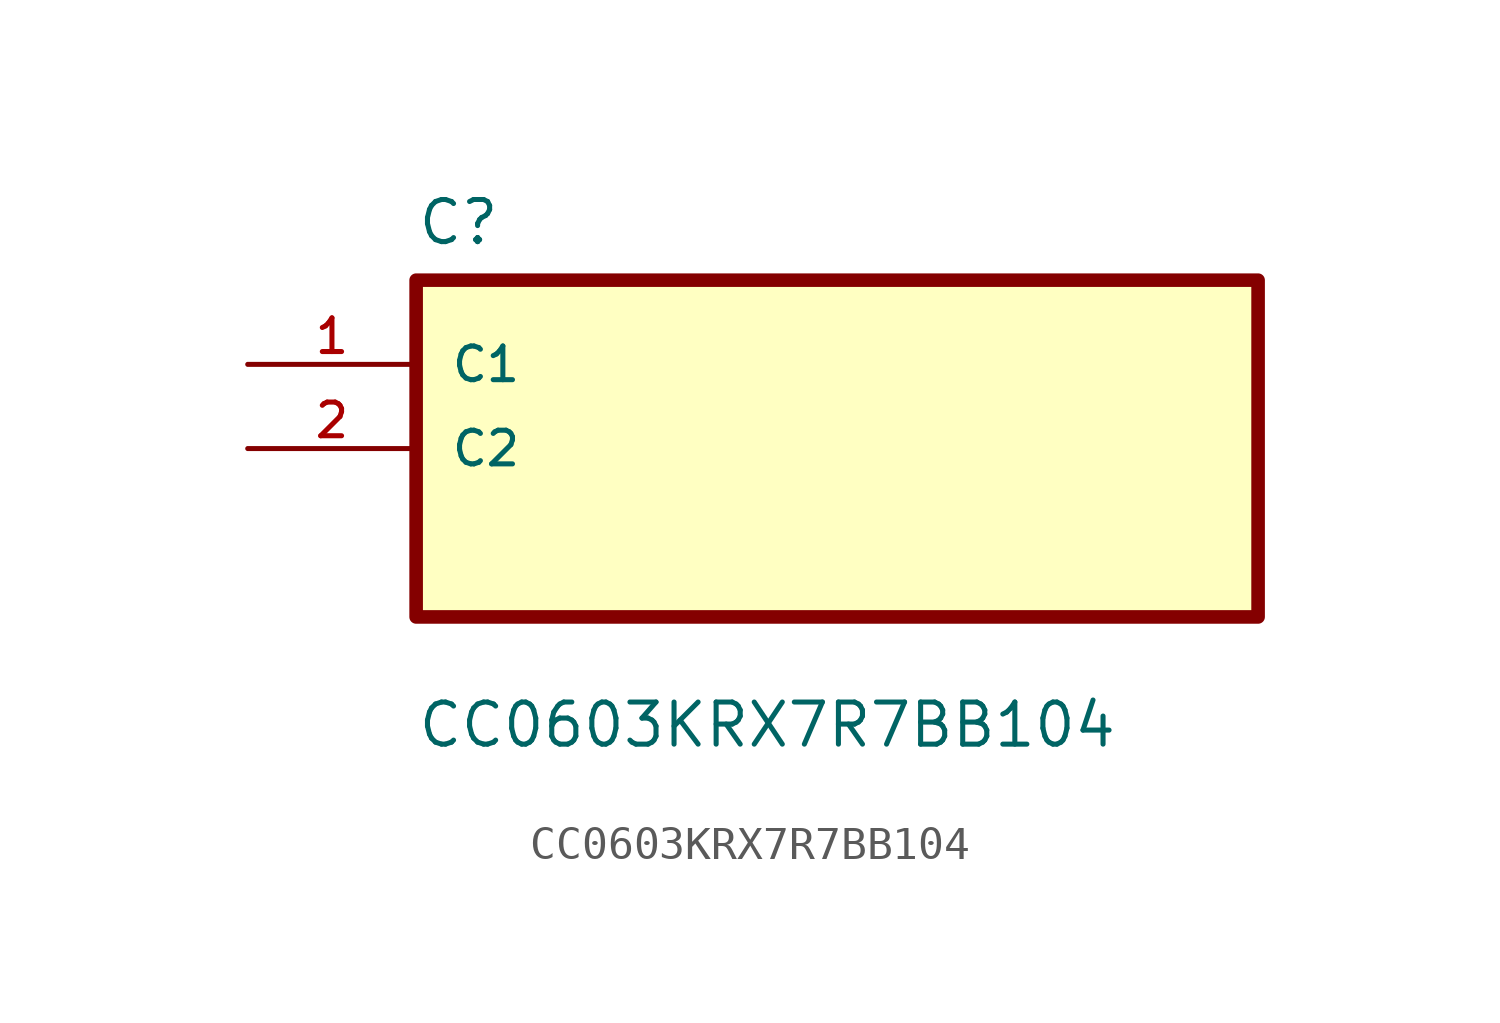
<source format=kicad_sym>
(kicad_symbol_lib
  (version 20211014)
  (generator kicad_symbol_editor)
  (symbol "CC0603KRX7R7BB104"
    (pin_names
      (offset 1.016))
    (property "Reference" "C"
      (at -12.7 6.08 0.0)
      (effects (font (size 1.27 1.27)) (justify bottom left)))
    (property "Value" "CC0603KRX7R7BB104"
      (at -12.7 -9.08 0.0)
      (effects (font (size 1.27 1.27)) (justify bottom left)))
    (symbol "CC0603KRX7R7BB104_0_0"
      (rectangle (start -12.7 -5.08) (end 12.7 5.08) (stroke (width 0.41)) (fill (type background)))
      (pin bidirectional line (at -17.78 2.54 0) (length 5.08) (name "C1" (effects (font (size 1.016 1.016)))) (number "1" (effects (font (size 1.016 1.016)))))
      (pin bidirectional line (at -17.78 0.0 0) (length 5.08) (name "C2" (effects (font (size 1.016 1.016)))) (number "2" (effects (font (size 1.016 1.016))))))))
</source>
